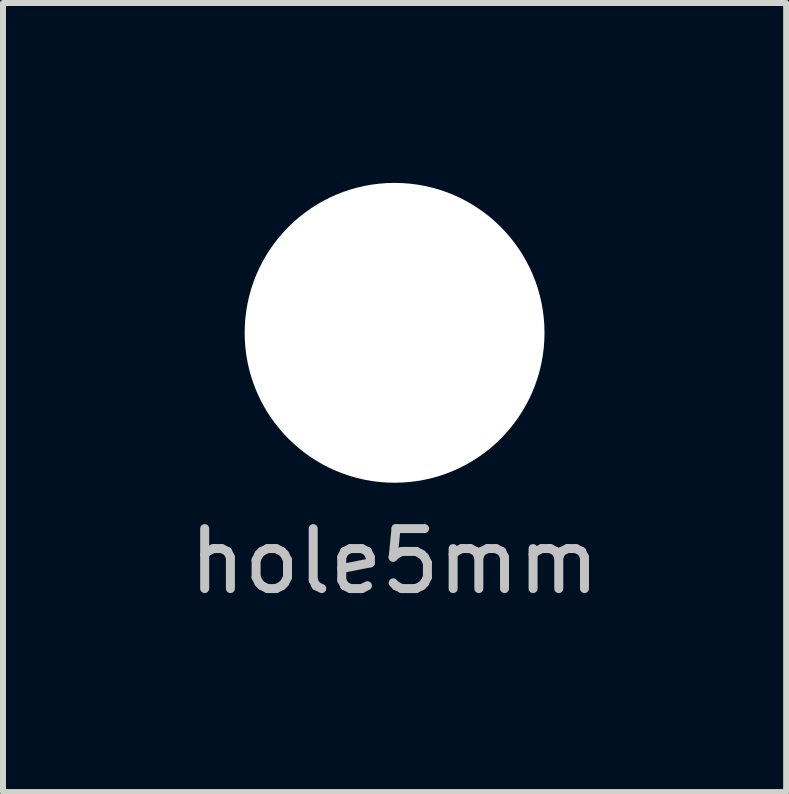
<source format=kicad_pcb>
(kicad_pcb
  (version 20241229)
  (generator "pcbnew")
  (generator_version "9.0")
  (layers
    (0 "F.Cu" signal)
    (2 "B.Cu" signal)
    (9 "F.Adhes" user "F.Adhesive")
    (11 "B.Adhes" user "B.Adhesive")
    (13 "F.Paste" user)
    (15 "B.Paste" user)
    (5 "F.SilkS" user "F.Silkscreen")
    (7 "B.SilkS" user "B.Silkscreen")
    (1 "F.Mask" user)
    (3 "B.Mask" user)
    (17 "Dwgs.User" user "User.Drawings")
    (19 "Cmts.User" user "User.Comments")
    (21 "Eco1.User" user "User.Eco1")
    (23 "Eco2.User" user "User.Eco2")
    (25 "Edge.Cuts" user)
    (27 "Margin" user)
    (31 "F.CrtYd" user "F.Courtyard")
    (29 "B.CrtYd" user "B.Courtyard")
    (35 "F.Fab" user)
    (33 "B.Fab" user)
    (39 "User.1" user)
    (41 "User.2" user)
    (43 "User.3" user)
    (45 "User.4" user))
  (footprint "hole5mm"
    (layer "F.Cu")
    (at 3.53 2.5)
    (property "Reference" "hole5mm" (at 0 3.81 0) (layer "Dwgs.User") (effects (font (size 1 1) (thickness 0.15))))
    (attr through_hole)
    (pad "" np_thru_hole circle (at 0 0) (size 5 5) (drill 5) (layers "*.Cu" "*.Mask")))
  (gr_rect
    (start -3 -3)
    (end 10.06 10.158)
    (stroke (width 0.1) (type default))
    (fill no)
    (layer "Edge.Cuts")))
</source>
